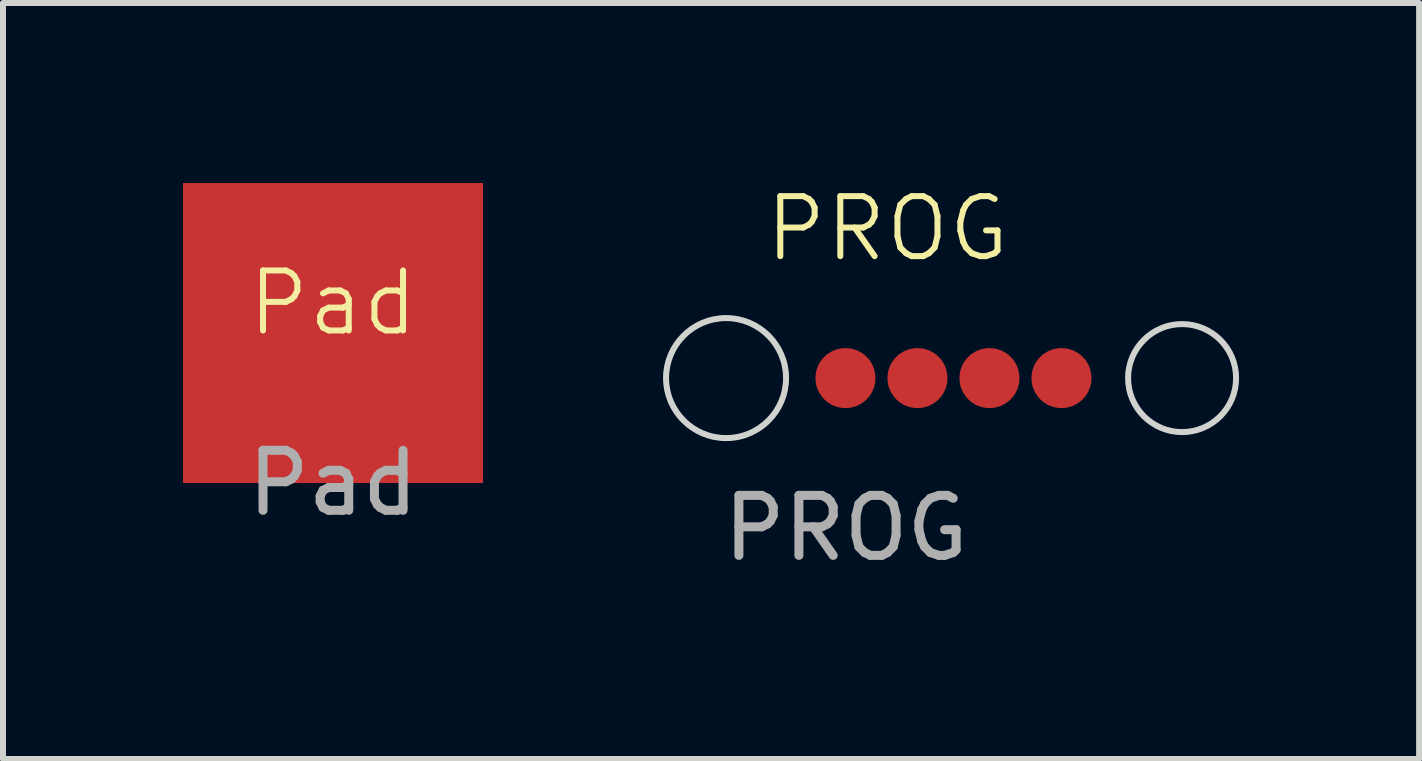
<source format=kicad_pcb>
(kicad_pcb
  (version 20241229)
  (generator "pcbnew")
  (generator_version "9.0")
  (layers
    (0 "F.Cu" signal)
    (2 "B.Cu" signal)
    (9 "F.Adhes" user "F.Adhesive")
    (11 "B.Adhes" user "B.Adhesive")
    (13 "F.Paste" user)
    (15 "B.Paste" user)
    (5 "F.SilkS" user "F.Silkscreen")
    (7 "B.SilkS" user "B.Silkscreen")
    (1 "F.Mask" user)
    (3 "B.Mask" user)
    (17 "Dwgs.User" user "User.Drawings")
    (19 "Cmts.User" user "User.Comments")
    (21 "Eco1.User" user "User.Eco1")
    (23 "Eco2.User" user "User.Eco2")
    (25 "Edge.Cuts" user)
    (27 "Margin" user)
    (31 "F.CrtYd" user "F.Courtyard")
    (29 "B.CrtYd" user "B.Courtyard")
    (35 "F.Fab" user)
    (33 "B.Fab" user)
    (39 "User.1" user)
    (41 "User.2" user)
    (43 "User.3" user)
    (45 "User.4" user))
  (footprint "PROG"
    (layer "F.Cu")
    (at 11.05 3.251)
    (property "Reference" "PROG" (at 0.69 -2.49 0) (unlocked yes) (layer "F.SilkS") (effects (font (size 1 1) (thickness 0.1))))
    (attr smd)
    (fp_circle (center -2 0) (end -1 0) (stroke (width 0.1) (type default)) (fill no) (layer "Edge.Cuts"))
    (fp_circle (center 5.6 0) (end 6.5 0) (stroke (width 0.1) (type default)) (fill no) (layer "Edge.Cuts"))
    (fp_text user "${REFERENCE}" (at 0 2.5 0) (unlocked yes) (layer "F.Fab") (effects (font (size 1 1) (thickness 0.15))))
    (pad "1" smd circle (at -0.01 0) (size 1 1) (layers "F.Cu" "F.Mask" "F.Paste"))
    (pad "2" smd circle (at 1.19 0) (size 1 1) (layers "F.Cu" "F.Mask" "F.Paste"))
    (pad "3" smd circle (at 2.39 0) (size 1 1) (layers "F.Cu" "F.Mask" "F.Paste"))
    (pad "4" smd circle (at 3.59 0) (size 1 1) (layers "F.Cu" "F.Mask" "F.Paste")))
  (footprint "Pad"
    (layer "F.Cu")
    (at 2.5 2.5)
    (property "Reference" "Pad" (at 0 -0.5 0) (unlocked yes) (layer "F.SilkS") (effects (font (size 1 1) (thickness 0.1))))
    (attr smd)
    (fp_text user "${REFERENCE}" (at 0 2.5 0) (unlocked yes) (layer "F.Fab") (effects (font (size 1 1) (thickness 0.15))))
    (pad "1" smd rect (at 0 0) (size 5 5) (layers "F.Cu" "F.Mask" "F.Paste")))
  (gr_rect
    (start -3 -3)
    (end 20.6 9.599)
    (stroke (width 0.1) (type default))
    (fill no)
    (layer "Edge.Cuts")))
</source>
